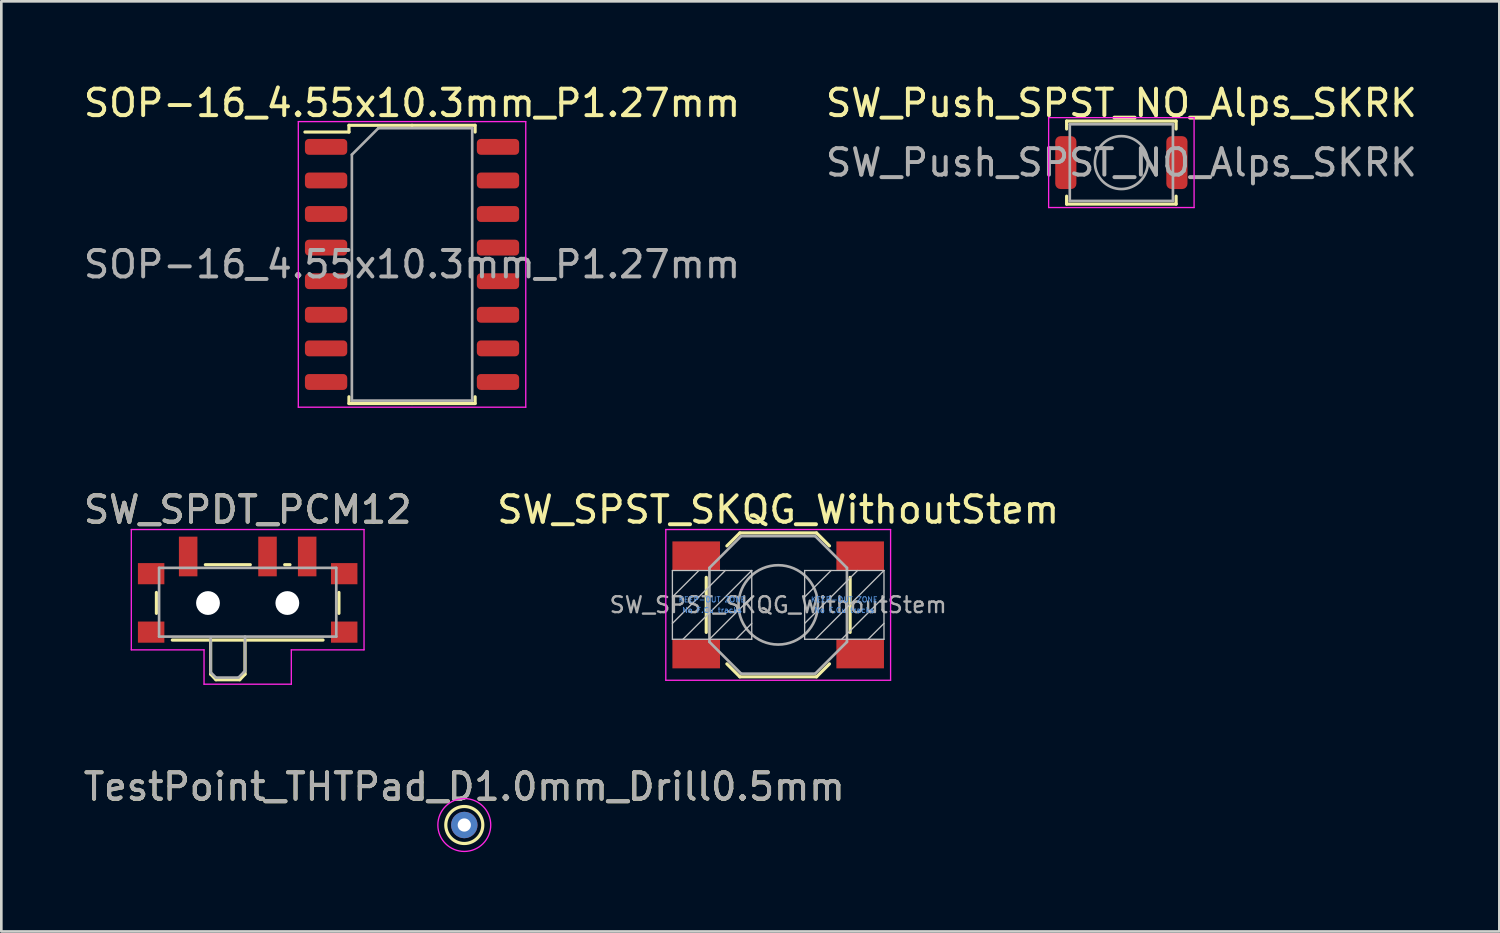
<source format=kicad_pcb>
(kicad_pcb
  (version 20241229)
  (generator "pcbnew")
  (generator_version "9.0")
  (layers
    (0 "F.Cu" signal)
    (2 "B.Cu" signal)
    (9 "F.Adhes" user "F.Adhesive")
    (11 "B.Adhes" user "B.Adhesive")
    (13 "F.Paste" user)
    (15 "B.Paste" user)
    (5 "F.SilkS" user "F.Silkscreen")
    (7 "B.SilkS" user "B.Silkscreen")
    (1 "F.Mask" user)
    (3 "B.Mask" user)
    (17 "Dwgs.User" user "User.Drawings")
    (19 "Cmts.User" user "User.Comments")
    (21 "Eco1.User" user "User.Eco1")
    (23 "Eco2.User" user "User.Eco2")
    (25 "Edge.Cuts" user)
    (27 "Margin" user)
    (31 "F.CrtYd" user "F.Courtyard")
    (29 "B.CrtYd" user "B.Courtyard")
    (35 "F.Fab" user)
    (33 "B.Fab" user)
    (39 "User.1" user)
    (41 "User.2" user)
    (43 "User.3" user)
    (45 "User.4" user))
  (footprint "SW_SPDT_PCM12"
    (layer "F.Cu")
    (at 6.315 19.422)
    (property "Reference" "SW_SPDT_PCM12" (at 0 -3.2 0) (layer "F.SilkS") (effects (font (size 1 1) (thickness 0.15))))
    (attr smd)
    (fp_line (start -3.45 -0.07) (end -3.45 0.72) (stroke (width 0.12) (type solid)) (layer "F.SilkS"))
    (fp_line (start -2.85 1.73) (end 2.85 1.73) (stroke (width 0.12) (type solid)) (layer "F.SilkS"))
    (fp_line (start -1.6 -1.12) (end 0.1 -1.12) (stroke (width 0.12) (type solid)) (layer "F.SilkS"))
    (fp_line (start -1.4 1.73) (end -1.4 3.02) (stroke (width 0.12) (type solid)) (layer "F.SilkS"))
    (fp_line (start -1.4 3.02) (end -1.2 3.23) (stroke (width 0.12) (type solid)) (layer "F.SilkS"))
    (fp_line (start -1.2 3.23) (end -0.3 3.23) (stroke (width 0.12) (type solid)) (layer "F.SilkS"))
    (fp_line (start -0.1 3.02) (end -0.3 3.23) (stroke (width 0.12) (type solid)) (layer "F.SilkS"))
    (fp_line (start -0.1 3.02) (end -0.1 1.73) (stroke (width 0.12) (type solid)) (layer "F.SilkS"))
    (fp_line (start 1.4 -1.12) (end 1.6 -1.12) (stroke (width 0.12) (type solid)) (layer "F.SilkS"))
    (fp_line (start 3.45 0.72) (end 3.45 -0.07) (stroke (width 0.12) (type solid)) (layer "F.SilkS"))
    (fp_line (start -4.4 -2.45) (end 4.4 -2.45) (stroke (width 0.05) (type solid)) (layer "F.CrtYd"))
    (fp_line (start -4.4 2.1) (end -4.4 -2.45) (stroke (width 0.05) (type solid)) (layer "F.CrtYd"))
    (fp_line (start -1.65 2.1) (end -4.4 2.1) (stroke (width 0.05) (type solid)) (layer "F.CrtYd"))
    (fp_line (start -1.65 3.4) (end -1.65 2.1) (stroke (width 0.05) (type solid)) (layer "F.CrtYd"))
    (fp_line (start 1.65 2.1) (end 1.65 3.4) (stroke (width 0.05) (type solid)) (layer "F.CrtYd"))
    (fp_line (start 1.65 3.4) (end -1.65 3.4) (stroke (width 0.05) (type solid)) (layer "F.CrtYd"))
    (fp_line (start 4.4 -2.45) (end 4.4 2.1) (stroke (width 0.05) (type solid)) (layer "F.CrtYd"))
    (fp_line (start 4.4 2.1) (end 1.65 2.1) (stroke (width 0.05) (type solid)) (layer "F.CrtYd"))
    (fp_line (start -3.35 -1) (end -3.35 1.6) (stroke (width 0.1) (type solid)) (layer "F.Fab"))
    (fp_line (start -3.35 1.6) (end 3.35 1.6) (stroke (width 0.1) (type solid)) (layer "F.Fab"))
    (fp_line (start -1.4 1.65) (end -1.4 2.95) (stroke (width 0.1) (type solid)) (layer "F.Fab"))
    (fp_line (start -1.4 2.95) (end -1.2 3.15) (stroke (width 0.1) (type solid)) (layer "F.Fab"))
    (fp_line (start -1.2 3.15) (end -0.35 3.15) (stroke (width 0.1) (type solid)) (layer "F.Fab"))
    (fp_line (start -0.35 3.15) (end -0.15 2.95) (stroke (width 0.1) (type solid)) (layer "F.Fab"))
    (fp_line (start -0.15 2.95) (end -0.1 2.9) (stroke (width 0.1) (type solid)) (layer "F.Fab"))
    (fp_line (start -0.1 2.9) (end -0.1 1.6) (stroke (width 0.1) (type solid)) (layer "F.Fab"))
    (fp_line (start 3.35 -1) (end -3.35 -1) (stroke (width 0.1) (type solid)) (layer "F.Fab"))
    (fp_line (start 3.35 1.6) (end 3.35 -1) (stroke (width 0.1) (type solid)) (layer "F.Fab"))
    (fp_text user "${REFERENCE}" (at 0 -3.2 0) (layer "F.Fab") (effects (font (size 1 1) (thickness 0.15))))
    (pad "" np_thru_hole circle (at -1.5 0.33) (size 0.9 0.9) (drill 0.9) (layers "*.Cu" "*.Mask"))
    (pad "" np_thru_hole circle (at 1.5 0.33) (size 0.9 0.9) (drill 0.9) (layers "*.Cu" "*.Mask"))
    (pad "1" smd rect (at -2.25 -1.43) (size 0.7 1.5) (layers "F.Cu" "F.Mask" "F.Paste"))
    (pad "2" smd rect (at 0.75 -1.43) (size 0.7 1.5) (layers "F.Cu" "F.Mask" "F.Paste"))
    (pad "3" smd rect (at 2.25 -1.43) (size 0.7 1.5) (layers "F.Cu" "F.Mask" "F.Paste"))
    (pad "4" smd rect (at -3.65 -0.78) (size 1 0.8) (layers "F.Cu" "F.Mask" "F.Paste"))
    (pad "4" smd rect (at -3.65 1.43) (size 1 0.8) (layers "F.Cu" "F.Mask" "F.Paste"))
    (pad "4" smd rect (at 3.65 -0.78) (size 1 0.8) (layers "F.Cu" "F.Mask" "F.Paste"))
    (pad "4" smd rect (at 3.65 1.43) (size 1 0.8) (layers "F.Cu" "F.Mask" "F.Paste")))
  (footprint "SW_SPST_SKQG_WithoutStem"
    (layer "F.Cu")
    (at 26.375 19.822)
    (property "Reference" "SW_SPST_SKQG_WithoutStem" (at 0 -3.6 0) (layer "F.SilkS") (effects (font (size 1 1) (thickness 0.15))))
    (attr smd)
    (fp_line (start -2.72 1.04) (end -2.72 -1.04) (stroke (width 0.12) (type solid)) (layer "F.SilkS"))
    (fp_line (start -1.45 -2.72) (end -1.94 -2.23) (stroke (width 0.12) (type solid)) (layer "F.SilkS"))
    (fp_line (start -1.45 -2.72) (end 1.45 -2.72) (stroke (width 0.12) (type solid)) (layer "F.SilkS"))
    (fp_line (start -1.45 2.72) (end -1.94 2.23) (stroke (width 0.12) (type solid)) (layer "F.SilkS"))
    (fp_line (start -1.45 2.72) (end 1.45 2.72) (stroke (width 0.12) (type solid)) (layer "F.SilkS"))
    (fp_line (start 1.45 -2.72) (end 1.94 -2.23) (stroke (width 0.12) (type solid)) (layer "F.SilkS"))
    (fp_line (start 1.45 2.72) (end 1.94 2.23) (stroke (width 0.12) (type solid)) (layer "F.SilkS"))
    (fp_line (start 2.72 1.04) (end 2.72 -1.04) (stroke (width 0.12) (type solid)) (layer "F.SilkS"))
    (fp_line (start -4 -1.3) (end -1 -1.3) (stroke (width 0.05) (type solid)) (layer "Dwgs.User"))
    (fp_line (start -4 -0.3) (end -3 -1.3) (stroke (width 0.05) (type solid)) (layer "Dwgs.User"))
    (fp_line (start -4 0.7) (end -2 -1.3) (stroke (width 0.05) (type solid)) (layer "Dwgs.User"))
    (fp_line (start -4 1.3) (end -4 -1.3) (stroke (width 0.05) (type solid)) (layer "Dwgs.User"))
    (fp_line (start -2.6 1.3) (end -1 -0.3) (stroke (width 0.05) (type solid)) (layer "Dwgs.User"))
    (fp_line (start -1 -1.3) (end -3.6 1.3) (stroke (width 0.05) (type solid)) (layer "Dwgs.User"))
    (fp_line (start -1 -1.3) (end -1 1.3) (stroke (width 0.05) (type solid)) (layer "Dwgs.User"))
    (fp_line (start -1 0.7) (end -1.6 1.3) (stroke (width 0.05) (type solid)) (layer "Dwgs.User"))
    (fp_line (start -1 1.3) (end -4 1.3) (stroke (width 0.05) (type solid)) (layer "Dwgs.User"))
    (fp_line (start 1 -1.3) (end 4 -1.3) (stroke (width 0.05) (type solid)) (layer "Dwgs.User"))
    (fp_line (start 1 -0.3) (end 2 -1.3) (stroke (width 0.05) (type solid)) (layer "Dwgs.User"))
    (fp_line (start 1 0.7) (end 3 -1.3) (stroke (width 0.05) (type solid)) (layer "Dwgs.User"))
    (fp_line (start 1 1.3) (end 1 -1.3) (stroke (width 0.05) (type solid)) (layer "Dwgs.User"))
    (fp_line (start 2.4 1.3) (end 4 -0.3) (stroke (width 0.05) (type solid)) (layer "Dwgs.User"))
    (fp_line (start 4 -1.3) (end 1.4 1.3) (stroke (width 0.05) (type solid)) (layer "Dwgs.User"))
    (fp_line (start 4 -1.3) (end 4 1.3) (stroke (width 0.05) (type solid)) (layer "Dwgs.User"))
    (fp_line (start 4 0.7) (end 3.4 1.3) (stroke (width 0.05) (type solid)) (layer "Dwgs.User"))
    (fp_line (start 4 1.3) (end 1 1.3) (stroke (width 0.05) (type solid)) (layer "Dwgs.User"))
    (fp_line (start -4.25 -2.85) (end -4.25 2.85) (stroke (width 0.05) (type solid)) (layer "F.CrtYd"))
    (fp_line (start -4.25 2.85) (end 4.25 2.85) (stroke (width 0.05) (type solid)) (layer "F.CrtYd"))
    (fp_line (start 4.25 -2.85) (end -4.25 -2.85) (stroke (width 0.05) (type solid)) (layer "F.CrtYd"))
    (fp_line (start 4.25 2.85) (end 4.25 -2.85) (stroke (width 0.05) (type solid)) (layer "F.CrtYd"))
    (fp_line (start -2.6 -1.4) (end -1.4 -2.6) (stroke (width 0.1) (type solid)) (layer "F.Fab"))
    (fp_line (start -2.6 1.4) (end -2.6 -1.4) (stroke (width 0.1) (type solid)) (layer "F.Fab"))
    (fp_line (start -1.4 -2.6) (end 1.4 -2.6) (stroke (width 0.1) (type solid)) (layer "F.Fab"))
    (fp_line (start -1.4 2.6) (end -2.6 1.4) (stroke (width 0.1) (type solid)) (layer "F.Fab"))
    (fp_line (start 1.4 -2.6) (end 2.6 -1.4) (stroke (width 0.1) (type solid)) (layer "F.Fab"))
    (fp_line (start 1.4 2.6) (end -1.4 2.6) (stroke (width 0.1) (type solid)) (layer "F.Fab"))
    (fp_line (start 2.6 -1.4) (end 2.6 1.4) (stroke (width 0.1) (type solid)) (layer "F.Fab"))
    (fp_line (start 2.6 1.4) (end 1.4 2.6) (stroke (width 0.1) (type solid)) (layer "F.Fab"))
    (fp_circle (center 0 0) (end 1.5 0) (stroke (width 0.1) (type solid)) (fill no) (layer "F.Fab"))
    (fp_text user "No F.Cu tracks" (at -2.5 0.2 0) (layer "Cmts.User") (effects (font (size 0.2 0.2) (thickness 0.03))))
    (fp_text user "KEEP-OUT ZONE" (at -2.5 -0.2 0) (layer "Cmts.User") (effects (font (size 0.2 0.2) (thickness 0.03))))
    (fp_text user "No F.Cu tracks" (at 2.5 0.2 0) (layer "Cmts.User") (effects (font (size 0.2 0.2) (thickness 0.03))))
    (fp_text user "KEEP-OUT ZONE" (at 2.5 -0.2 0) (layer "Cmts.User") (effects (font (size 0.2 0.2) (thickness 0.03))))
    (fp_text user "${REFERENCE}" (at 0 0 0) (layer "F.Fab") (effects (font (size 0.6 0.6) (thickness 0.09))))
    (pad "1" smd rect (at -3.1 -1.85) (size 1.8 1.1) (layers "F.Cu" "F.Mask" "F.Paste"))
    (pad "1" smd rect (at 3.1 -1.85) (size 1.8 1.1) (layers "F.Cu" "F.Mask" "F.Paste"))
    (pad "2" smd rect (at -3.1 1.85) (size 1.8 1.1) (layers "F.Cu" "F.Mask" "F.Paste"))
    (pad "2" smd rect (at 3.1 1.85) (size 1.8 1.1) (layers "F.Cu" "F.Mask" "F.Paste")))
  (footprint "TestPoint_THTPad_D1.0mm_Drill0.5mm"
    (layer "F.Cu")
    (at 14.506 28.145)
    (property "Reference" "TestPoint_THTPad_D1.0mm_Drill0.5mm" (at 0 -1.448 0) (layer "F.SilkS") (effects (font (size 1 1) (thickness 0.15))))
    (attr exclude_from_pos_files exclude_from_bom)
    (fp_circle (center 0 0) (end 0 0.7) (stroke (width 0.12) (type solid)) (fill no) (layer "F.SilkS"))
    (fp_circle (center 0 0) (end 1 0) (stroke (width 0.05) (type solid)) (fill no) (layer "F.CrtYd"))
    (fp_text user "${REFERENCE}" (at 0 -1.45 0) (layer "F.Fab") (effects (font (size 1 1) (thickness 0.15))))
    (pad "1" thru_hole circle (at 0 0) (size 1 1) (drill 0.5) (layers "*.Cu" "*.Mask")))
  (footprint "SOP-16_4.55x10.3mm_P1.27mm"
    (layer "F.Cu")
    (at 12.53 6.948)
    (property "Reference" "SOP-16_4.55x10.3mm_P1.27mm" (at 0 -6.1 0) (layer "F.SilkS") (effects (font (size 1 1) (thickness 0.15))))
    (attr smd)
    (fp_line (start -2.385 -5.26) (end -2.385 -5.005) (stroke (width 0.12) (type solid)) (layer "F.SilkS"))
    (fp_line (start -2.385 -5.005) (end -4.05 -5.005) (stroke (width 0.12) (type solid)) (layer "F.SilkS"))
    (fp_line (start -2.385 5.26) (end -2.385 5.005) (stroke (width 0.12) (type solid)) (layer "F.SilkS"))
    (fp_line (start 0 -5.26) (end -2.385 -5.26) (stroke (width 0.12) (type solid)) (layer "F.SilkS"))
    (fp_line (start 0 -5.26) (end 2.385 -5.26) (stroke (width 0.12) (type solid)) (layer "F.SilkS"))
    (fp_line (start 0 5.26) (end -2.385 5.26) (stroke (width 0.12) (type solid)) (layer "F.SilkS"))
    (fp_line (start 0 5.26) (end 2.385 5.26) (stroke (width 0.12) (type solid)) (layer "F.SilkS"))
    (fp_line (start 2.385 -5.26) (end 2.385 -5.005) (stroke (width 0.12) (type solid)) (layer "F.SilkS"))
    (fp_line (start 2.385 5.26) (end 2.385 5.005) (stroke (width 0.12) (type solid)) (layer "F.SilkS"))
    (fp_line (start -4.3 -5.4) (end -4.3 5.4) (stroke (width 0.05) (type solid)) (layer "F.CrtYd"))
    (fp_line (start -4.3 5.4) (end 4.3 5.4) (stroke (width 0.05) (type solid)) (layer "F.CrtYd"))
    (fp_line (start 4.3 -5.4) (end -4.3 -5.4) (stroke (width 0.05) (type solid)) (layer "F.CrtYd"))
    (fp_line (start 4.3 5.4) (end 4.3 -5.4) (stroke (width 0.05) (type solid)) (layer "F.CrtYd"))
    (fp_line (start -2.275 -4.15) (end -1.275 -5.15) (stroke (width 0.1) (type solid)) (layer "F.Fab"))
    (fp_line (start -2.275 5.15) (end -2.275 -4.15) (stroke (width 0.1) (type solid)) (layer "F.Fab"))
    (fp_line (start -1.275 -5.15) (end 2.275 -5.15) (stroke (width 0.1) (type solid)) (layer "F.Fab"))
    (fp_line (start 2.275 -5.15) (end 2.275 5.15) (stroke (width 0.1) (type solid)) (layer "F.Fab"))
    (fp_line (start 2.275 5.15) (end -2.275 5.15) (stroke (width 0.1) (type solid)) (layer "F.Fab"))
    (fp_text user "${REFERENCE}" (at 0 0 0) (layer "F.Fab") (effects (font (size 1 1) (thickness 0.15))))
    (pad "1" smd roundrect (at -3.25 -4.445) (size 1.6 0.6) (layers "F.Cu" "F.Mask" "F.Paste") (roundrect_rratio 0.25))
    (pad "2" smd roundrect (at -3.25 -3.175) (size 1.6 0.6) (layers "F.Cu" "F.Mask" "F.Paste") (roundrect_rratio 0.25))
    (pad "3" smd roundrect (at -3.25 -1.905) (size 1.6 0.6) (layers "F.Cu" "F.Mask" "F.Paste") (roundrect_rratio 0.25))
    (pad "4" smd roundrect (at -3.25 -0.635) (size 1.6 0.6) (layers "F.Cu" "F.Mask" "F.Paste") (roundrect_rratio 0.25))
    (pad "5" smd roundrect (at -3.25 0.635) (size 1.6 0.6) (layers "F.Cu" "F.Mask" "F.Paste") (roundrect_rratio 0.25))
    (pad "6" smd roundrect (at -3.25 1.905) (size 1.6 0.6) (layers "F.Cu" "F.Mask" "F.Paste") (roundrect_rratio 0.25))
    (pad "7" smd roundrect (at -3.25 3.175) (size 1.6 0.6) (layers "F.Cu" "F.Mask" "F.Paste") (roundrect_rratio 0.25))
    (pad "8" smd roundrect (at -3.25 4.445) (size 1.6 0.6) (layers "F.Cu" "F.Mask" "F.Paste") (roundrect_rratio 0.25))
    (pad "9" smd roundrect (at 3.25 4.445) (size 1.6 0.6) (layers "F.Cu" "F.Mask" "F.Paste") (roundrect_rratio 0.25))
    (pad "10" smd roundrect (at 3.25 3.175) (size 1.6 0.6) (layers "F.Cu" "F.Mask" "F.Paste") (roundrect_rratio 0.25))
    (pad "11" smd roundrect (at 3.25 1.905) (size 1.6 0.6) (layers "F.Cu" "F.Mask" "F.Paste") (roundrect_rratio 0.25))
    (pad "12" smd roundrect (at 3.25 0.635) (size 1.6 0.6) (layers "F.Cu" "F.Mask" "F.Paste") (roundrect_rratio 0.25))
    (pad "13" smd roundrect (at 3.25 -0.635) (size 1.6 0.6) (layers "F.Cu" "F.Mask" "F.Paste") (roundrect_rratio 0.25))
    (pad "14" smd roundrect (at 3.25 -1.905) (size 1.6 0.6) (layers "F.Cu" "F.Mask" "F.Paste") (roundrect_rratio 0.25))
    (pad "15" smd roundrect (at 3.25 -3.175) (size 1.6 0.6) (layers "F.Cu" "F.Mask" "F.Paste") (roundrect_rratio 0.25))
    (pad "16" smd roundrect (at 3.25 -4.445) (size 1.6 0.6) (layers "F.Cu" "F.Mask" "F.Paste") (roundrect_rratio 0.25)))
  (footprint "SW_Push_SPST_NO_Alps_SKRK"
    (layer "F.Cu")
    (at 39.351 3.098)
    (property "Reference" "SW_Push_SPST_NO_Alps_SKRK" (at 0 -2.25 0) (layer "F.SilkS") (effects (font (size 1 1) (thickness 0.15))))
    (attr smd)
    (fp_line (start -2.07 -1.57) (end 2.07 -1.57) (stroke (width 0.12) (type solid)) (layer "F.SilkS"))
    (fp_line (start -2.07 -1.27) (end -2.07 -1.57) (stroke (width 0.12) (type solid)) (layer "F.SilkS"))
    (fp_line (start -2.07 1.57) (end -2.07 1.27) (stroke (width 0.12) (type solid)) (layer "F.SilkS"))
    (fp_line (start 2.07 -1.57) (end 2.07 -1.27) (stroke (width 0.12) (type solid)) (layer "F.SilkS"))
    (fp_line (start 2.07 1.27) (end 2.07 1.57) (stroke (width 0.12) (type solid)) (layer "F.SilkS"))
    (fp_line (start 2.07 1.57) (end -2.07 1.57) (stroke (width 0.12) (type solid)) (layer "F.SilkS"))
    (fp_line (start -2.75 -1.7) (end 2.75 -1.7) (stroke (width 0.05) (type solid)) (layer "F.CrtYd"))
    (fp_line (start -2.75 1.7) (end -2.75 -1.7) (stroke (width 0.05) (type solid)) (layer "F.CrtYd"))
    (fp_line (start 2.75 -1.7) (end 2.75 1.7) (stroke (width 0.05) (type solid)) (layer "F.CrtYd"))
    (fp_line (start 2.75 1.7) (end -2.75 1.7) (stroke (width 0.05) (type solid)) (layer "F.CrtYd"))
    (fp_line (start -1.95 -1.45) (end 1.95 -1.45) (stroke (width 0.1) (type solid)) (layer "F.Fab"))
    (fp_line (start -1.95 1.45) (end -1.95 -1.45) (stroke (width 0.1) (type solid)) (layer "F.Fab"))
    (fp_line (start 1.95 -1.45) (end 1.95 1.45) (stroke (width 0.1) (type solid)) (layer "F.Fab"))
    (fp_line (start 1.95 1.45) (end -1.95 1.45) (stroke (width 0.1) (type solid)) (layer "F.Fab"))
    (fp_circle (center 0 0) (end 1 0) (stroke (width 0.1) (type solid)) (fill no) (layer "F.Fab"))
    (fp_text user "${REFERENCE}" (at 0 0 0) (layer "F.Fab") (effects (font (size 1 1) (thickness 0.15))))
    (pad "1" smd roundrect (at -2.1 0) (size 0.8 2) (layers "F.Cu" "F.Mask" "F.Paste") (roundrect_rratio 0.25))
    (pad "2" smd roundrect (at 2.1 0) (size 0.8 2) (layers "F.Cu" "F.Mask" "F.Paste") (roundrect_rratio 0.25)))
  (gr_rect
    (start -3 -3)
    (end 53.643 32.17)
    (stroke (width 0.1) (type default))
    (fill no)
    (layer "Edge.Cuts")))
</source>
